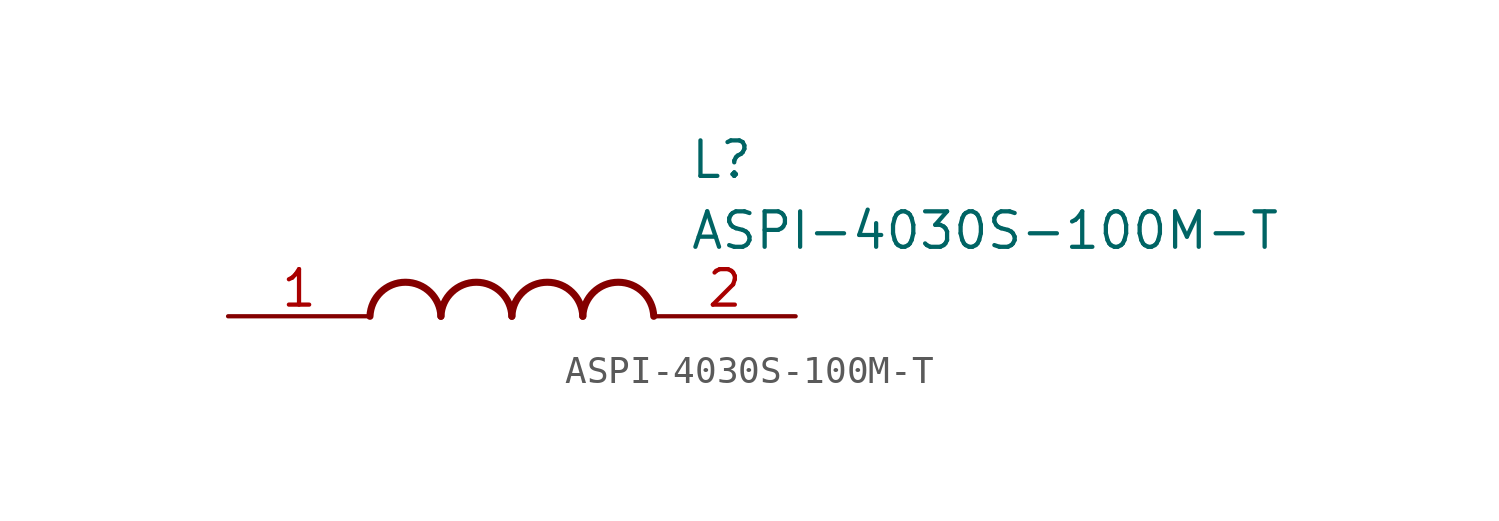
<source format=kicad_sym>
(kicad_symbol_lib
  (version 20211014)
  (generator SamacSys_ECAD_Model)
  (symbol "ASPI-4030S-100M-T"
    (pin_names hide)
    (property "Reference" "L"
      (at 16.51 6.35 0)
      (effects (font (size 1.27 1.27)) (justify left top)))
    (property "Value" "ASPI-4030S-100M-T"
      (at 16.51 3.81 0)
      (effects (font (size 1.27 1.27)) (justify left top)))
    (arc
      (start 7.62 0)
      (mid 6.35 1.219)
      (end 5.08 0)
      (stroke (width 0.254) (type default))
      (fill (type none)))
    (arc
      (start 10.16 0)
      (mid 8.89 1.219)
      (end 7.62 0)
      (stroke (width 0.254) (type default))
      (fill (type none)))
    (arc
      (start 12.7 0)
      (mid 11.43 1.219)
      (end 10.16 0)
      (stroke (width 0.254) (type default))
      (fill (type none)))
    (arc
      (start 15.24 0)
      (mid 13.97 1.219)
      (end 12.7 0)
      (stroke (width 0.254) (type default))
      (fill (type none)))
    (pin passive line
      (at 0 0 0)
      (length 5.08)
      (name "1" (effects (font (size 1.27 1.27))))
      (number "1" (effects (font (size 1.27 1.27)))))
    (pin passive line
      (at 20.32 0 180)
      (length 5.08)
      (name "2" (effects (font (size 1.27 1.27))))
      (number "2" (effects (font (size 1.27 1.27)))))))
</source>
